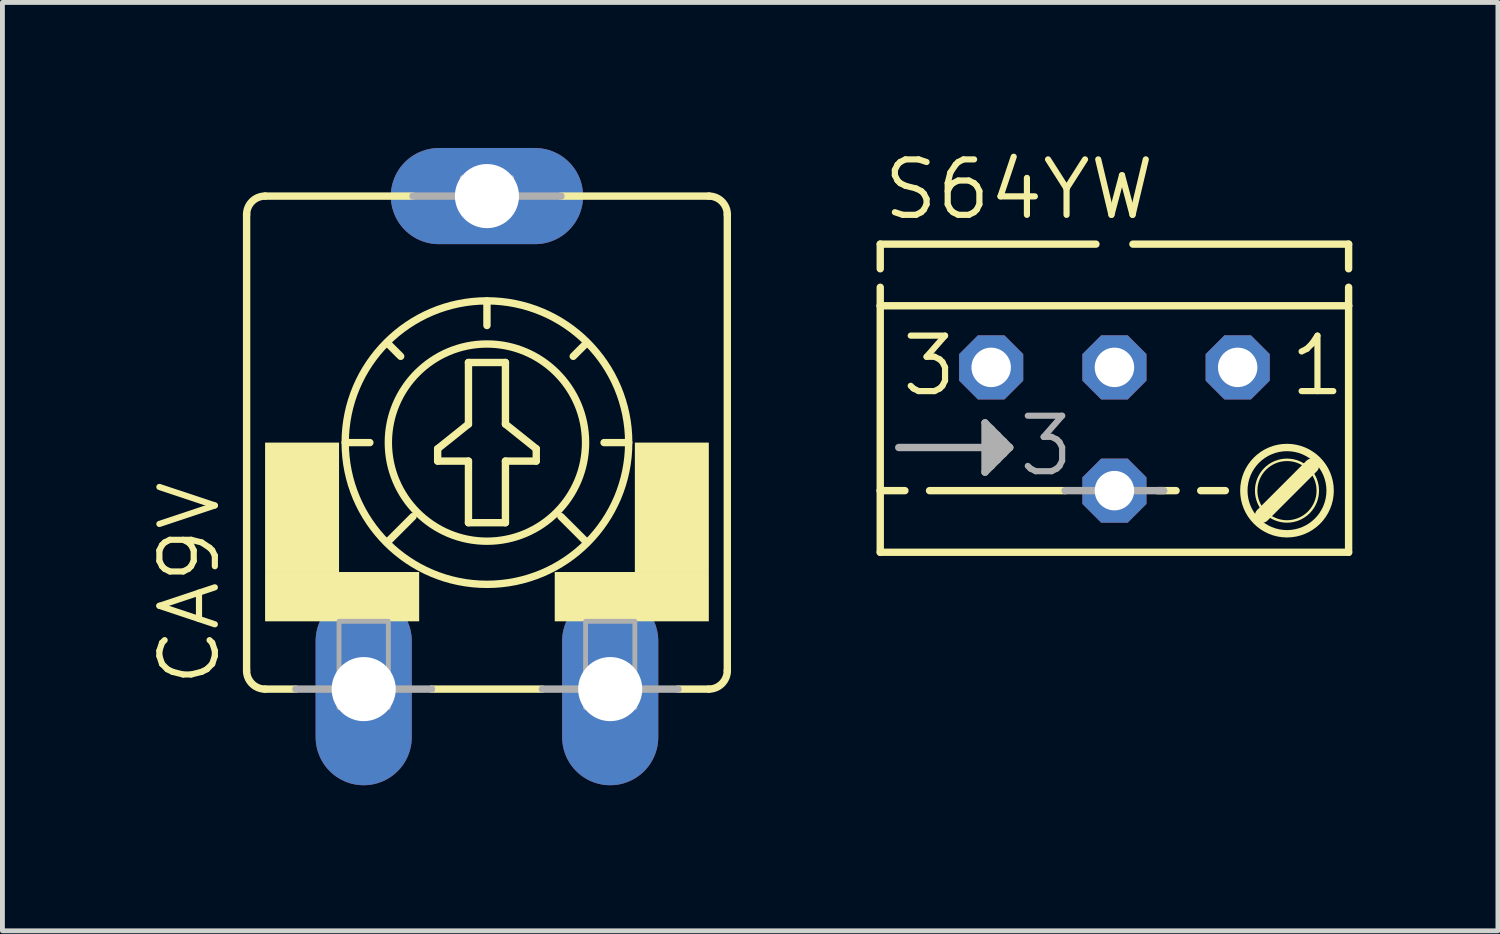
<source format=kicad_pcb>
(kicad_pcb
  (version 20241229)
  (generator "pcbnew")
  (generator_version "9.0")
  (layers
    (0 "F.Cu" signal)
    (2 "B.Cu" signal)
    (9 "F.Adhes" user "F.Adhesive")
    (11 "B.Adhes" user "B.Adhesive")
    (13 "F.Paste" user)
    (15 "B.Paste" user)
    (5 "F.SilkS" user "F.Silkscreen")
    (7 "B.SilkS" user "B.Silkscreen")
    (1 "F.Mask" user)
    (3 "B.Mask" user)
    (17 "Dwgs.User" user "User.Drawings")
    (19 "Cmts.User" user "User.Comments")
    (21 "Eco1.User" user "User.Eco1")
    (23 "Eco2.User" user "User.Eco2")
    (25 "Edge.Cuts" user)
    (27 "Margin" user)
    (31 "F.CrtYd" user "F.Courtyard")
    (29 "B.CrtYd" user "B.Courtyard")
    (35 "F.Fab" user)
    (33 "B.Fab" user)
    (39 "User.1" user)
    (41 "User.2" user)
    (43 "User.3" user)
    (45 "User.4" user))
  (footprint "S64YW"
    (layer "F.Cu")
    (at 19.916 5.791)
    (property "Reference" "S64YW" (at -4.826 -4.267 0) (unlocked yes) (layer "F.SilkS") (effects (font (size 1.143 1.143) (thickness 0.127)) (justify left bottom)))
    (fp_line (start -4.826 -3.81) (end -4.826 -3.302) (stroke (width 0.152) (type solid)) (layer "F.SilkS"))
    (fp_line (start -4.826 -3.81) (end -0.381 -3.81) (stroke (width 0.152) (type solid)) (layer "F.SilkS"))
    (fp_line (start -4.826 -2.921) (end -4.826 -2.54) (stroke (width 0.152) (type solid)) (layer "F.SilkS"))
    (fp_line (start -4.826 1.27) (end -4.826 -2.54) (stroke (width 0.152) (type solid)) (layer "F.SilkS"))
    (fp_line (start -4.826 1.27) (end -4.318 1.27) (stroke (width 0.152) (type solid)) (layer "F.SilkS"))
    (fp_line (start -4.826 2.54) (end -4.826 1.27) (stroke (width 0.152) (type solid)) (layer "F.SilkS"))
    (fp_line (start -4.826 2.54) (end 4.826 2.54) (stroke (width 0.152) (type solid)) (layer "F.SilkS"))
    (fp_line (start -1.016 1.27) (end -3.81 1.27) (stroke (width 0.152) (type solid)) (layer "F.SilkS"))
    (fp_line (start 0.381 -3.81) (end 4.826 -3.81) (stroke (width 0.152) (type solid)) (layer "F.SilkS"))
    (fp_line (start 1.27 1.27) (end 0.889 1.27) (stroke (width 0.152) (type solid)) (layer "F.SilkS"))
    (fp_line (start 1.778 1.27) (end 2.286 1.27) (stroke (width 0.152) (type solid)) (layer "F.SilkS"))
    (fp_line (start 4.064 0.762) (end 3.048 1.778) (stroke (width 0.305) (type solid)) (layer "F.SilkS"))
    (fp_line (start 4.826 -3.81) (end 4.826 -3.302) (stroke (width 0.152) (type solid)) (layer "F.SilkS"))
    (fp_line (start 4.826 -2.921) (end 4.826 -2.54) (stroke (width 0.152) (type solid)) (layer "F.SilkS"))
    (fp_line (start 4.826 -2.54) (end -4.826 -2.54) (stroke (width 0.152) (type solid)) (layer "F.SilkS"))
    (fp_line (start 4.826 -2.54) (end 4.826 2.54) (stroke (width 0.152) (type solid)) (layer "F.SilkS"))
    (fp_circle (center 3.556 1.27) (end 4.191 1.27) (stroke (width 0.051) (type solid)) (fill no) (layer "F.SilkS"))
    (fp_circle (center 3.556 1.27) (end 4.445 1.27) (stroke (width 0.152) (type solid)) (fill no) (layer "F.SilkS"))
    (fp_line (start -4.445 0.381) (end -2.54 0.381) (stroke (width 0.152) (type solid)) (layer "F.Fab"))
    (fp_line (start -2.667 -0.127) (end -2.667 0.889) (stroke (width 0.152) (type solid)) (layer "F.Fab"))
    (fp_line (start -2.667 0.889) (end -2.54 0.762) (stroke (width 0.152) (type solid)) (layer "F.Fab"))
    (fp_line (start -2.54 0) (end -2.667 -0.127) (stroke (width 0.152) (type solid)) (layer "F.Fab"))
    (fp_line (start -2.54 0.381) (end -2.54 0) (stroke (width 0.152) (type solid)) (layer "F.Fab"))
    (fp_line (start -2.54 0.762) (end -2.54 0.381) (stroke (width 0.152) (type solid)) (layer "F.Fab"))
    (fp_line (start -2.413 0.127) (end -2.54 0) (stroke (width 0.152) (type solid)) (layer "F.Fab"))
    (fp_line (start -2.413 0.635) (end -2.54 0.762) (stroke (width 0.152) (type solid)) (layer "F.Fab"))
    (fp_line (start -2.413 0.635) (end -2.413 0.127) (stroke (width 0.152) (type solid)) (layer "F.Fab"))
    (fp_line (start -2.286 0.254) (end -2.413 0.127) (stroke (width 0.152) (type solid)) (layer "F.Fab"))
    (fp_line (start -2.286 0.508) (end -2.413 0.635) (stroke (width 0.152) (type solid)) (layer "F.Fab"))
    (fp_line (start -2.286 0.508) (end -2.286 0.254) (stroke (width 0.152) (type solid)) (layer "F.Fab"))
    (fp_line (start -2.159 0.381) (end -2.54 0.381) (stroke (width 0.152) (type solid)) (layer "F.Fab"))
    (fp_line (start -2.159 0.381) (end -2.286 0.254) (stroke (width 0.152) (type solid)) (layer "F.Fab"))
    (fp_line (start -2.159 0.381) (end -2.286 0.508) (stroke (width 0.152) (type solid)) (layer "F.Fab"))
    (fp_line (start 1.016 1.27) (end -1.016 1.27) (stroke (width 0.152) (type solid)) (layer "F.Fab"))
    (fp_text user "3" (at -4.445 -0.635 0) (unlocked yes) (layer "F.SilkS") (effects (font (size 1.143 1.143) (thickness 0.127)) (justify left bottom)))
    (fp_text user "1" (at 3.556 -0.635 0) (unlocked yes) (layer "F.SilkS") (effects (font (size 1.143 1.143) (thickness 0.127)) (justify left bottom)))
    (fp_text user "3" (at -2.032 1.016 0) (unlocked yes) (layer "F.Fab") (effects (font (size 1.143 1.143) (thickness 0.127)) (justify left bottom)))
    (pad "A" thru_hole roundrect (at 2.54 -1.27) (size 1.321 1.321) (drill 0.813) (layers "*.Cu" "*.Mask") (roundrect_rratio 0.25) (chamfer_ratio 0.293) (chamfer top_left top_right bottom_left bottom_right))
    (pad "E" thru_hole roundrect (at -2.54 -1.27) (size 1.321 1.321) (drill 0.813) (layers "*.Cu" "*.Mask") (roundrect_rratio 0.25) (chamfer_ratio 0.293) (chamfer top_left top_right bottom_left bottom_right))
    (pad "S" thru_hole roundrect (at 0 1.27) (size 1.321 1.321) (drill 0.813) (layers "*.Cu" "*.Mask") (roundrect_rratio 0.25) (chamfer_ratio 0.293) (chamfer top_left top_right bottom_left bottom_right))
    (pad "S@1" thru_hole roundrect (at 0 -1.27) (size 1.321 1.321) (drill 0.813) (layers "*.Cu" "*.Mask") (roundrect_rratio 0.25) (chamfer_ratio 0.293) (chamfer top_left top_right bottom_left bottom_right)))
  (footprint "CA9V"
    (layer "F.Cu")
    (at 6.985 6.071)
    (property "Reference" "CA9V" (at -5.461 5.08 90) (unlocked yes) (layer "F.SilkS") (effects (font (size 1.143 1.143) (thickness 0.127)) (justify left bottom)))
    (fp_line (start -4.953 4.699) (end -4.953 -4.699) (stroke (width 0.152) (type solid)) (layer "F.SilkS"))
    (fp_line (start -4.572 -5.08) (end -1.524 -5.08) (stroke (width 0.152) (type solid)) (layer "F.SilkS"))
    (fp_line (start -3.937 5.08) (end -4.572 5.08) (stroke (width 0.152) (type solid)) (layer "F.SilkS"))
    (fp_line (start -2.921 0) (end -2.413 0) (stroke (width 0.152) (type solid)) (layer "F.SilkS"))
    (fp_line (start -1.778 -1.778) (end -2.032 -2.032) (stroke (width 0.152) (type solid)) (layer "F.SilkS"))
    (fp_line (start -1.524 1.524) (end -2.032 2.032) (stroke (width 0.152) (type solid)) (layer "F.SilkS"))
    (fp_line (start -1.016 0.127) (end -0.381 -0.381) (stroke (width 0.152) (type solid)) (layer "F.SilkS"))
    (fp_line (start -1.016 0.381) (end -1.016 0.127) (stroke (width 0.152) (type solid)) (layer "F.SilkS"))
    (fp_line (start -0.381 -1.651) (end 0.381 -1.651) (stroke (width 0.152) (type solid)) (layer "F.SilkS"))
    (fp_line (start -0.381 -0.381) (end -0.381 -1.651) (stroke (width 0.152) (type solid)) (layer "F.SilkS"))
    (fp_line (start -0.381 0.381) (end -1.016 0.381) (stroke (width 0.152) (type solid)) (layer "F.SilkS"))
    (fp_line (start -0.381 1.651) (end -0.381 0.381) (stroke (width 0.152) (type solid)) (layer "F.SilkS"))
    (fp_line (start 0 -2.413) (end 0 -2.921) (stroke (width 0.152) (type solid)) (layer "F.SilkS"))
    (fp_line (start 0.381 -1.651) (end 0.381 -0.381) (stroke (width 0.152) (type solid)) (layer "F.SilkS"))
    (fp_line (start 0.381 -0.381) (end 1.016 0.127) (stroke (width 0.152) (type solid)) (layer "F.SilkS"))
    (fp_line (start 0.381 0.381) (end 0.381 1.651) (stroke (width 0.152) (type solid)) (layer "F.SilkS"))
    (fp_line (start 0.381 1.651) (end -0.381 1.651) (stroke (width 0.152) (type solid)) (layer "F.SilkS"))
    (fp_line (start 1.016 0.127) (end 1.016 0.381) (stroke (width 0.152) (type solid)) (layer "F.SilkS"))
    (fp_line (start 1.016 0.381) (end 0.381 0.381) (stroke (width 0.152) (type solid)) (layer "F.SilkS"))
    (fp_line (start 1.143 5.08) (end -1.143 5.08) (stroke (width 0.152) (type solid)) (layer "F.SilkS"))
    (fp_line (start 1.524 1.524) (end 2.032 2.032) (stroke (width 0.152) (type solid)) (layer "F.SilkS"))
    (fp_line (start 1.778 -1.778) (end 2.032 -2.032) (stroke (width 0.152) (type solid)) (layer "F.SilkS"))
    (fp_line (start 2.413 0) (end 2.921 0) (stroke (width 0.152) (type solid)) (layer "F.SilkS"))
    (fp_line (start 4.572 -5.08) (end 1.524 -5.08) (stroke (width 0.152) (type solid)) (layer "F.SilkS"))
    (fp_line (start 4.572 5.08) (end 3.937 5.08) (stroke (width 0.152) (type solid)) (layer "F.SilkS"))
    (fp_line (start 4.953 -4.699) (end 4.953 4.699) (stroke (width 0.152) (type solid)) (layer "F.SilkS"))
    (fp_arc (start -4.953 -4.699) (mid -4.841408 -4.968408) (end -4.572 -5.08) (stroke (width 0.1524) (type solid)) (layer "F.SilkS"))
    (fp_arc (start -4.572 5.08) (mid -4.841408 4.968408) (end -4.953 4.699) (stroke (width 0.1524) (type solid)) (layer "F.SilkS"))
    (fp_arc (start 4.572 -5.08) (mid 4.841408 -4.968408) (end 4.953 -4.699) (stroke (width 0.1524) (type solid)) (layer "F.SilkS"))
    (fp_arc (start 4.953 4.699) (mid 4.841408 4.968408) (end 4.572 5.08) (stroke (width 0.1524) (type solid)) (layer "F.SilkS"))
    (fp_circle (center 0 0) (end 2.032 0) (stroke (width 0.152) (type solid)) (fill no) (layer "F.SilkS"))
    (fp_circle (center 0 0) (end 2.921 0) (stroke (width 0.152) (type solid)) (fill no) (layer "F.SilkS"))
    (fp_poly (pts (xy -4.572 2.667) (xy -3.048 2.667) (xy -3.048 0) (xy -4.572 0)) (stroke (width 0) (type default)) (fill yes) (layer "F.SilkS"))
    (fp_poly (pts (xy -4.572 3.683) (xy -1.397 3.683) (xy -1.397 2.667) (xy -4.572 2.667)) (stroke (width 0) (type default)) (fill yes) (layer "F.SilkS"))
    (fp_poly (pts (xy 1.397 3.683) (xy 4.572 3.683) (xy 4.572 2.667) (xy 1.397 2.667)) (stroke (width 0) (type default)) (fill yes) (layer "F.SilkS"))
    (fp_poly (pts (xy 3.048 2.667) (xy 4.572 2.667) (xy 4.572 0) (xy 3.048 0)) (stroke (width 0) (type default)) (fill yes) (layer "F.SilkS"))
    (fp_line (start -1.143 5.08) (end -3.937 5.08) (stroke (width 0.152) (type solid)) (layer "F.Fab"))
    (fp_line (start 1.524 -5.08) (end -1.524 -5.08) (stroke (width 0.152) (type solid)) (layer "F.Fab"))
    (fp_line (start 3.937 5.08) (end 1.143 5.08) (stroke (width 0.152) (type solid)) (layer "F.Fab"))
    (fp_poly (pts (xy -3.048 5.461) (xy -2.032 5.461) (xy -2.032 3.683) (xy -3.048 3.683)) (stroke (width 0.1) (type default)) (fill no) (layer "F.Fab"))
    (fp_poly (pts (xy -0.508 -5.08) (xy 0.508 -5.08) (xy 0.508 -5.461) (xy -0.508 -5.461)) (stroke (width 0.1) (type default)) (fill no) (layer "F.Fab"))
    (fp_poly (pts (xy 2.032 5.461) (xy 3.048 5.461) (xy 3.048 3.683) (xy 2.032 3.683)) (stroke (width 0.1) (type default)) (fill no) (layer "F.Fab"))
    (pad "A" thru_hole oval (at -2.54 5.08 90) (size 3.962 1.981) (drill 1.321) (layers "*.Cu" "*.Mask"))
    (pad "E" thru_hole oval (at 2.54 5.08 90) (size 3.962 1.981) (drill 1.321) (layers "*.Cu" "*.Mask"))
    (pad "S" thru_hole oval (at 0 -5.08) (size 3.962 1.981) (drill 1.321) (layers "*.Cu" "*.Mask")))
  (gr_rect
    (start -3 -3)
    (end 27.819 16.132)
    (stroke (width 0.1) (type default))
    (fill no)
    (layer "Edge.Cuts")))
</source>
